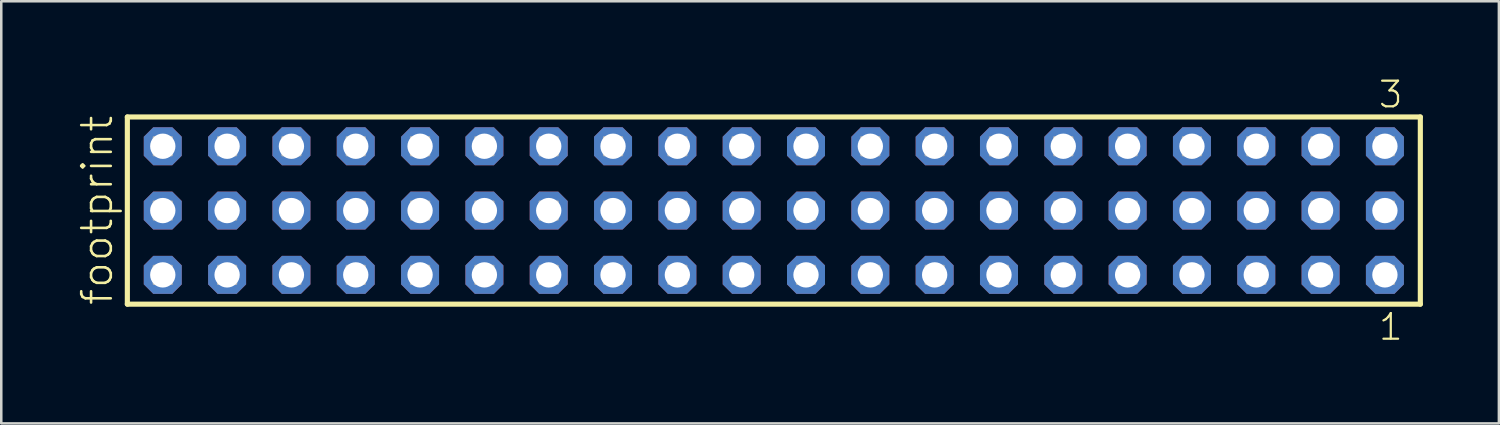
<source format=kicad_pcb>
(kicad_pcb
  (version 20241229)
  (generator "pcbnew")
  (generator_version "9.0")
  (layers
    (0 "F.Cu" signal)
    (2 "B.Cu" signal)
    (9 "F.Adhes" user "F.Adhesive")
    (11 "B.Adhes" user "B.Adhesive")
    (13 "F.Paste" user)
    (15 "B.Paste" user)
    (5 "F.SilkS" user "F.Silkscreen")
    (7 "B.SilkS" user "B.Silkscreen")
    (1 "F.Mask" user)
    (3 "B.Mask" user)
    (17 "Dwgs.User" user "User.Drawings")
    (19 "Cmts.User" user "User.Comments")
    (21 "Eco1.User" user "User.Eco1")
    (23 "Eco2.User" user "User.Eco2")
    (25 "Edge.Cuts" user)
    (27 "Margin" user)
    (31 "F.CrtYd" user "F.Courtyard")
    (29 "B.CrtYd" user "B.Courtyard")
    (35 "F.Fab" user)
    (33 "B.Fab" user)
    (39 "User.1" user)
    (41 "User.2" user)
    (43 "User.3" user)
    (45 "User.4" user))
  (footprint "footprint"
    (layer "F.Cu")
    (at 27.508 5.265)
    (property "Reference" "footprint" (at -26.035 3.81 90) (layer "F.SilkS") (effects (font (size 1.168 1.168) (thickness 0.102)) (justify left bottom)))
    (fp_line (start -25.529 -3.695) (end 25.529 -3.695) (stroke (width 0.203) (type solid)) (layer "F.SilkS"))
    (fp_line (start -25.529 3.695) (end -25.529 -3.695) (stroke (width 0.203) (type solid)) (layer "F.SilkS"))
    (fp_line (start 25.529 -3.695) (end 25.529 3.695) (stroke (width 0.203) (type solid)) (layer "F.SilkS"))
    (fp_line (start 25.529 3.695) (end -25.529 3.695) (stroke (width 0.203) (type solid)) (layer "F.SilkS"))
    (fp_poly (pts (xy -24.48 -2.19) (xy -23.78 -2.19) (xy -23.78 -2.89) (xy -24.48 -2.89)) (stroke (width 0.1) (type solid)) (fill no) (layer "F.Fab"))
    (fp_poly (pts (xy -24.48 0.35) (xy -23.78 0.35) (xy -23.78 -0.35) (xy -24.48 -0.35)) (stroke (width 0.1) (type solid)) (fill no) (layer "F.Fab"))
    (fp_poly (pts (xy -24.48 2.89) (xy -23.78 2.89) (xy -23.78 2.19) (xy -24.48 2.19)) (stroke (width 0.1) (type solid)) (fill no) (layer "F.Fab"))
    (fp_poly (pts (xy -21.94 -2.19) (xy -21.24 -2.19) (xy -21.24 -2.89) (xy -21.94 -2.89)) (stroke (width 0.1) (type solid)) (fill no) (layer "F.Fab"))
    (fp_poly (pts (xy -21.94 0.35) (xy -21.24 0.35) (xy -21.24 -0.35) (xy -21.94 -0.35)) (stroke (width 0.1) (type solid)) (fill no) (layer "F.Fab"))
    (fp_poly (pts (xy -21.94 2.89) (xy -21.24 2.89) (xy -21.24 2.19) (xy -21.94 2.19)) (stroke (width 0.1) (type solid)) (fill no) (layer "F.Fab"))
    (fp_poly (pts (xy -19.4 -2.19) (xy -18.7 -2.19) (xy -18.7 -2.89) (xy -19.4 -2.89)) (stroke (width 0.1) (type solid)) (fill no) (layer "F.Fab"))
    (fp_poly (pts (xy -19.4 0.35) (xy -18.7 0.35) (xy -18.7 -0.35) (xy -19.4 -0.35)) (stroke (width 0.1) (type solid)) (fill no) (layer "F.Fab"))
    (fp_poly (pts (xy -19.4 2.89) (xy -18.7 2.89) (xy -18.7 2.19) (xy -19.4 2.19)) (stroke (width 0.1) (type solid)) (fill no) (layer "F.Fab"))
    (fp_poly (pts (xy -16.86 -2.19) (xy -16.16 -2.19) (xy -16.16 -2.89) (xy -16.86 -2.89)) (stroke (width 0.1) (type solid)) (fill no) (layer "F.Fab"))
    (fp_poly (pts (xy -16.86 0.35) (xy -16.16 0.35) (xy -16.16 -0.35) (xy -16.86 -0.35)) (stroke (width 0.1) (type solid)) (fill no) (layer "F.Fab"))
    (fp_poly (pts (xy -16.86 2.89) (xy -16.16 2.89) (xy -16.16 2.19) (xy -16.86 2.19)) (stroke (width 0.1) (type solid)) (fill no) (layer "F.Fab"))
    (fp_poly (pts (xy -14.32 -2.19) (xy -13.62 -2.19) (xy -13.62 -2.89) (xy -14.32 -2.89)) (stroke (width 0.1) (type solid)) (fill no) (layer "F.Fab"))
    (fp_poly (pts (xy -14.32 0.35) (xy -13.62 0.35) (xy -13.62 -0.35) (xy -14.32 -0.35)) (stroke (width 0.1) (type solid)) (fill no) (layer "F.Fab"))
    (fp_poly (pts (xy -14.32 2.89) (xy -13.62 2.89) (xy -13.62 2.19) (xy -14.32 2.19)) (stroke (width 0.1) (type solid)) (fill no) (layer "F.Fab"))
    (fp_poly (pts (xy -11.78 -2.19) (xy -11.08 -2.19) (xy -11.08 -2.89) (xy -11.78 -2.89)) (stroke (width 0.1) (type solid)) (fill no) (layer "F.Fab"))
    (fp_poly (pts (xy -11.78 0.35) (xy -11.08 0.35) (xy -11.08 -0.35) (xy -11.78 -0.35)) (stroke (width 0.1) (type solid)) (fill no) (layer "F.Fab"))
    (fp_poly (pts (xy -11.78 2.89) (xy -11.08 2.89) (xy -11.08 2.19) (xy -11.78 2.19)) (stroke (width 0.1) (type solid)) (fill no) (layer "F.Fab"))
    (fp_poly (pts (xy -9.24 -2.19) (xy -8.54 -2.19) (xy -8.54 -2.89) (xy -9.24 -2.89)) (stroke (width 0.1) (type solid)) (fill no) (layer "F.Fab"))
    (fp_poly (pts (xy -9.24 0.35) (xy -8.54 0.35) (xy -8.54 -0.35) (xy -9.24 -0.35)) (stroke (width 0.1) (type solid)) (fill no) (layer "F.Fab"))
    (fp_poly (pts (xy -9.24 2.89) (xy -8.54 2.89) (xy -8.54 2.19) (xy -9.24 2.19)) (stroke (width 0.1) (type solid)) (fill no) (layer "F.Fab"))
    (fp_poly (pts (xy -6.7 -2.19) (xy -6 -2.19) (xy -6 -2.89) (xy -6.7 -2.89)) (stroke (width 0.1) (type solid)) (fill no) (layer "F.Fab"))
    (fp_poly (pts (xy -6.7 0.35) (xy -6 0.35) (xy -6 -0.35) (xy -6.7 -0.35)) (stroke (width 0.1) (type solid)) (fill no) (layer "F.Fab"))
    (fp_poly (pts (xy -6.7 2.89) (xy -6 2.89) (xy -6 2.19) (xy -6.7 2.19)) (stroke (width 0.1) (type solid)) (fill no) (layer "F.Fab"))
    (fp_poly (pts (xy -4.16 -2.19) (xy -3.46 -2.19) (xy -3.46 -2.89) (xy -4.16 -2.89)) (stroke (width 0.1) (type solid)) (fill no) (layer "F.Fab"))
    (fp_poly (pts (xy -4.16 0.35) (xy -3.46 0.35) (xy -3.46 -0.35) (xy -4.16 -0.35)) (stroke (width 0.1) (type solid)) (fill no) (layer "F.Fab"))
    (fp_poly (pts (xy -4.16 2.89) (xy -3.46 2.89) (xy -3.46 2.19) (xy -4.16 2.19)) (stroke (width 0.1) (type solid)) (fill no) (layer "F.Fab"))
    (fp_poly (pts (xy -1.62 -2.19) (xy -0.92 -2.19) (xy -0.92 -2.89) (xy -1.62 -2.89)) (stroke (width 0.1) (type solid)) (fill no) (layer "F.Fab"))
    (fp_poly (pts (xy -1.62 0.35) (xy -0.92 0.35) (xy -0.92 -0.35) (xy -1.62 -0.35)) (stroke (width 0.1) (type solid)) (fill no) (layer "F.Fab"))
    (fp_poly (pts (xy -1.62 2.89) (xy -0.92 2.89) (xy -0.92 2.19) (xy -1.62 2.19)) (stroke (width 0.1) (type solid)) (fill no) (layer "F.Fab"))
    (fp_poly (pts (xy 0.92 -2.19) (xy 1.62 -2.19) (xy 1.62 -2.89) (xy 0.92 -2.89)) (stroke (width 0.1) (type solid)) (fill no) (layer "F.Fab"))
    (fp_poly (pts (xy 0.92 0.35) (xy 1.62 0.35) (xy 1.62 -0.35) (xy 0.92 -0.35)) (stroke (width 0.1) (type solid)) (fill no) (layer "F.Fab"))
    (fp_poly (pts (xy 0.92 2.89) (xy 1.62 2.89) (xy 1.62 2.19) (xy 0.92 2.19)) (stroke (width 0.1) (type solid)) (fill no) (layer "F.Fab"))
    (fp_poly (pts (xy 3.46 -2.19) (xy 4.16 -2.19) (xy 4.16 -2.89) (xy 3.46 -2.89)) (stroke (width 0.1) (type solid)) (fill no) (layer "F.Fab"))
    (fp_poly (pts (xy 3.46 0.35) (xy 4.16 0.35) (xy 4.16 -0.35) (xy 3.46 -0.35)) (stroke (width 0.1) (type solid)) (fill no) (layer "F.Fab"))
    (fp_poly (pts (xy 3.46 2.89) (xy 4.16 2.89) (xy 4.16 2.19) (xy 3.46 2.19)) (stroke (width 0.1) (type solid)) (fill no) (layer "F.Fab"))
    (fp_poly (pts (xy 6 -2.19) (xy 6.7 -2.19) (xy 6.7 -2.89) (xy 6 -2.89)) (stroke (width 0.1) (type solid)) (fill no) (layer "F.Fab"))
    (fp_poly (pts (xy 6 0.35) (xy 6.7 0.35) (xy 6.7 -0.35) (xy 6 -0.35)) (stroke (width 0.1) (type solid)) (fill no) (layer "F.Fab"))
    (fp_poly (pts (xy 6 2.89) (xy 6.7 2.89) (xy 6.7 2.19) (xy 6 2.19)) (stroke (width 0.1) (type solid)) (fill no) (layer "F.Fab"))
    (fp_poly (pts (xy 8.54 -2.19) (xy 9.24 -2.19) (xy 9.24 -2.89) (xy 8.54 -2.89)) (stroke (width 0.1) (type solid)) (fill no) (layer "F.Fab"))
    (fp_poly (pts (xy 8.54 0.35) (xy 9.24 0.35) (xy 9.24 -0.35) (xy 8.54 -0.35)) (stroke (width 0.1) (type solid)) (fill no) (layer "F.Fab"))
    (fp_poly (pts (xy 8.54 2.89) (xy 9.24 2.89) (xy 9.24 2.19) (xy 8.54 2.19)) (stroke (width 0.1) (type solid)) (fill no) (layer "F.Fab"))
    (fp_poly (pts (xy 11.08 -2.19) (xy 11.78 -2.19) (xy 11.78 -2.89) (xy 11.08 -2.89)) (stroke (width 0.1) (type solid)) (fill no) (layer "F.Fab"))
    (fp_poly (pts (xy 11.08 0.35) (xy 11.78 0.35) (xy 11.78 -0.35) (xy 11.08 -0.35)) (stroke (width 0.1) (type solid)) (fill no) (layer "F.Fab"))
    (fp_poly (pts (xy 11.08 2.89) (xy 11.78 2.89) (xy 11.78 2.19) (xy 11.08 2.19)) (stroke (width 0.1) (type solid)) (fill no) (layer "F.Fab"))
    (fp_poly (pts (xy 13.62 -2.19) (xy 14.32 -2.19) (xy 14.32 -2.89) (xy 13.62 -2.89)) (stroke (width 0.1) (type solid)) (fill no) (layer "F.Fab"))
    (fp_poly (pts (xy 13.62 0.35) (xy 14.32 0.35) (xy 14.32 -0.35) (xy 13.62 -0.35)) (stroke (width 0.1) (type solid)) (fill no) (layer "F.Fab"))
    (fp_poly (pts (xy 13.62 2.89) (xy 14.32 2.89) (xy 14.32 2.19) (xy 13.62 2.19)) (stroke (width 0.1) (type solid)) (fill no) (layer "F.Fab"))
    (fp_poly (pts (xy 16.16 -2.19) (xy 16.86 -2.19) (xy 16.86 -2.89) (xy 16.16 -2.89)) (stroke (width 0.1) (type solid)) (fill no) (layer "F.Fab"))
    (fp_poly (pts (xy 16.16 0.35) (xy 16.86 0.35) (xy 16.86 -0.35) (xy 16.16 -0.35)) (stroke (width 0.1) (type solid)) (fill no) (layer "F.Fab"))
    (fp_poly (pts (xy 16.16 2.89) (xy 16.86 2.89) (xy 16.86 2.19) (xy 16.16 2.19)) (stroke (width 0.1) (type solid)) (fill no) (layer "F.Fab"))
    (fp_poly (pts (xy 18.7 -2.19) (xy 19.4 -2.19) (xy 19.4 -2.89) (xy 18.7 -2.89)) (stroke (width 0.1) (type solid)) (fill no) (layer "F.Fab"))
    (fp_poly (pts (xy 18.7 0.35) (xy 19.4 0.35) (xy 19.4 -0.35) (xy 18.7 -0.35)) (stroke (width 0.1) (type solid)) (fill no) (layer "F.Fab"))
    (fp_poly (pts (xy 18.7 2.89) (xy 19.4 2.89) (xy 19.4 2.19) (xy 18.7 2.19)) (stroke (width 0.1) (type solid)) (fill no) (layer "F.Fab"))
    (fp_poly (pts (xy 21.24 -2.19) (xy 21.94 -2.19) (xy 21.94 -2.89) (xy 21.24 -2.89)) (stroke (width 0.1) (type solid)) (fill no) (layer "F.Fab"))
    (fp_poly (pts (xy 21.24 0.35) (xy 21.94 0.35) (xy 21.94 -0.35) (xy 21.24 -0.35)) (stroke (width 0.1) (type solid)) (fill no) (layer "F.Fab"))
    (fp_poly (pts (xy 21.24 2.89) (xy 21.94 2.89) (xy 21.94 2.19) (xy 21.24 2.19)) (stroke (width 0.1) (type solid)) (fill no) (layer "F.Fab"))
    (fp_poly (pts (xy 23.78 -2.19) (xy 24.48 -2.19) (xy 24.48 -2.89) (xy 23.78 -2.89)) (stroke (width 0.1) (type solid)) (fill no) (layer "F.Fab"))
    (fp_poly (pts (xy 23.78 0.35) (xy 24.48 0.35) (xy 24.48 -0.35) (xy 23.78 -0.35)) (stroke (width 0.1) (type solid)) (fill no) (layer "F.Fab"))
    (fp_poly (pts (xy 23.78 2.89) (xy 24.48 2.89) (xy 24.48 2.19) (xy 23.78 2.19)) (stroke (width 0.1) (type solid)) (fill no) (layer "F.Fab"))
    (fp_text user "1" (at 23.822 5.188 0) (layer "F.SilkS") (effects (font (size 1.012 1.012) (thickness 0.088)) (justify left bottom)))
    (fp_text user "3" (at 23.818 -3.989 0) (layer "F.SilkS") (effects (font (size 1.012 1.012) (thickness 0.088)) (justify left bottom)))
    (pad "1" thru_hole roundrect (at 24.13 2.54 180) (size 1.5 1.5) (drill 1) (layers "*.Cu" "*.Mask") (roundrect_rratio 0.25) (chamfer_ratio 0.25) (chamfer top_left top_right bottom_left bottom_right))
    (pad "2" thru_hole roundrect (at 24.13 0 180) (size 1.5 1.5) (drill 1) (layers "*.Cu" "*.Mask") (roundrect_rratio 0.25) (chamfer_ratio 0.25) (chamfer top_left top_right bottom_left bottom_right))
    (pad "3" thru_hole roundrect (at 24.13 -2.54 180) (size 1.5 1.5) (drill 1) (layers "*.Cu" "*.Mask") (roundrect_rratio 0.25) (chamfer_ratio 0.25) (chamfer top_left top_right bottom_left bottom_right))
    (pad "4" thru_hole roundrect (at 21.59 2.54 180) (size 1.5 1.5) (drill 1) (layers "*.Cu" "*.Mask") (roundrect_rratio 0.25) (chamfer_ratio 0.25) (chamfer top_left top_right bottom_left bottom_right))
    (pad "5" thru_hole roundrect (at 21.59 0 180) (size 1.5 1.5) (drill 1) (layers "*.Cu" "*.Mask") (roundrect_rratio 0.25) (chamfer_ratio 0.25) (chamfer top_left top_right bottom_left bottom_right))
    (pad "6" thru_hole roundrect (at 21.59 -2.54 180) (size 1.5 1.5) (drill 1) (layers "*.Cu" "*.Mask") (roundrect_rratio 0.25) (chamfer_ratio 0.25) (chamfer top_left top_right bottom_left bottom_right))
    (pad "7" thru_hole roundrect (at 19.05 2.54 180) (size 1.5 1.5) (drill 1) (layers "*.Cu" "*.Mask") (roundrect_rratio 0.25) (chamfer_ratio 0.25) (chamfer top_left top_right bottom_left bottom_right))
    (pad "8" thru_hole roundrect (at 19.05 0 180) (size 1.5 1.5) (drill 1) (layers "*.Cu" "*.Mask") (roundrect_rratio 0.25) (chamfer_ratio 0.25) (chamfer top_left top_right bottom_left bottom_right))
    (pad "9" thru_hole roundrect (at 19.05 -2.54 180) (size 1.5 1.5) (drill 1) (layers "*.Cu" "*.Mask") (roundrect_rratio 0.25) (chamfer_ratio 0.25) (chamfer top_left top_right bottom_left bottom_right))
    (pad "10" thru_hole roundrect (at 16.51 2.54 180) (size 1.5 1.5) (drill 1) (layers "*.Cu" "*.Mask") (roundrect_rratio 0.25) (chamfer_ratio 0.25) (chamfer top_left top_right bottom_left bottom_right))
    (pad "11" thru_hole roundrect (at 16.51 0 180) (size 1.5 1.5) (drill 1) (layers "*.Cu" "*.Mask") (roundrect_rratio 0.25) (chamfer_ratio 0.25) (chamfer top_left top_right bottom_left bottom_right))
    (pad "12" thru_hole roundrect (at 16.51 -2.54 180) (size 1.5 1.5) (drill 1) (layers "*.Cu" "*.Mask") (roundrect_rratio 0.25) (chamfer_ratio 0.25) (chamfer top_left top_right bottom_left bottom_right))
    (pad "13" thru_hole roundrect (at 13.97 2.54 180) (size 1.5 1.5) (drill 1) (layers "*.Cu" "*.Mask") (roundrect_rratio 0.25) (chamfer_ratio 0.25) (chamfer top_left top_right bottom_left bottom_right))
    (pad "14" thru_hole roundrect (at 13.97 0 180) (size 1.5 1.5) (drill 1) (layers "*.Cu" "*.Mask") (roundrect_rratio 0.25) (chamfer_ratio 0.25) (chamfer top_left top_right bottom_left bottom_right))
    (pad "15" thru_hole roundrect (at 13.97 -2.54 180) (size 1.5 1.5) (drill 1) (layers "*.Cu" "*.Mask") (roundrect_rratio 0.25) (chamfer_ratio 0.25) (chamfer top_left top_right bottom_left bottom_right))
    (pad "16" thru_hole roundrect (at 11.43 2.54 180) (size 1.5 1.5) (drill 1) (layers "*.Cu" "*.Mask") (roundrect_rratio 0.25) (chamfer_ratio 0.25) (chamfer top_left top_right bottom_left bottom_right))
    (pad "17" thru_hole roundrect (at 11.43 0 180) (size 1.5 1.5) (drill 1) (layers "*.Cu" "*.Mask") (roundrect_rratio 0.25) (chamfer_ratio 0.25) (chamfer top_left top_right bottom_left bottom_right))
    (pad "18" thru_hole roundrect (at 11.43 -2.54 180) (size 1.5 1.5) (drill 1) (layers "*.Cu" "*.Mask") (roundrect_rratio 0.25) (chamfer_ratio 0.25) (chamfer top_left top_right bottom_left bottom_right))
    (pad "19" thru_hole roundrect (at 8.89 2.54 180) (size 1.5 1.5) (drill 1) (layers "*.Cu" "*.Mask") (roundrect_rratio 0.25) (chamfer_ratio 0.25) (chamfer top_left top_right bottom_left bottom_right))
    (pad "20" thru_hole roundrect (at 8.89 0 180) (size 1.5 1.5) (drill 1) (layers "*.Cu" "*.Mask") (roundrect_rratio 0.25) (chamfer_ratio 0.25) (chamfer top_left top_right bottom_left bottom_right))
    (pad "21" thru_hole roundrect (at 8.89 -2.54 180) (size 1.5 1.5) (drill 1) (layers "*.Cu" "*.Mask") (roundrect_rratio 0.25) (chamfer_ratio 0.25) (chamfer top_left top_right bottom_left bottom_right))
    (pad "22" thru_hole roundrect (at 6.35 2.54 180) (size 1.5 1.5) (drill 1) (layers "*.Cu" "*.Mask") (roundrect_rratio 0.25) (chamfer_ratio 0.25) (chamfer top_left top_right bottom_left bottom_right))
    (pad "23" thru_hole roundrect (at 6.35 0 180) (size 1.5 1.5) (drill 1) (layers "*.Cu" "*.Mask") (roundrect_rratio 0.25) (chamfer_ratio 0.25) (chamfer top_left top_right bottom_left bottom_right))
    (pad "24" thru_hole roundrect (at 6.35 -2.54 180) (size 1.5 1.5) (drill 1) (layers "*.Cu" "*.Mask") (roundrect_rratio 0.25) (chamfer_ratio 0.25) (chamfer top_left top_right bottom_left bottom_right))
    (pad "25" thru_hole roundrect (at 3.81 2.54 180) (size 1.5 1.5) (drill 1) (layers "*.Cu" "*.Mask") (roundrect_rratio 0.25) (chamfer_ratio 0.25) (chamfer top_left top_right bottom_left bottom_right))
    (pad "26" thru_hole roundrect (at 3.81 0 180) (size 1.5 1.5) (drill 1) (layers "*.Cu" "*.Mask") (roundrect_rratio 0.25) (chamfer_ratio 0.25) (chamfer top_left top_right bottom_left bottom_right))
    (pad "27" thru_hole roundrect (at 3.81 -2.54 180) (size 1.5 1.5) (drill 1) (layers "*.Cu" "*.Mask") (roundrect_rratio 0.25) (chamfer_ratio 0.25) (chamfer top_left top_right bottom_left bottom_right))
    (pad "28" thru_hole roundrect (at 1.27 2.54 180) (size 1.5 1.5) (drill 1) (layers "*.Cu" "*.Mask") (roundrect_rratio 0.25) (chamfer_ratio 0.25) (chamfer top_left top_right bottom_left bottom_right))
    (pad "29" thru_hole roundrect (at 1.27 0 180) (size 1.5 1.5) (drill 1) (layers "*.Cu" "*.Mask") (roundrect_rratio 0.25) (chamfer_ratio 0.25) (chamfer top_left top_right bottom_left bottom_right))
    (pad "30" thru_hole roundrect (at 1.27 -2.54 180) (size 1.5 1.5) (drill 1) (layers "*.Cu" "*.Mask") (roundrect_rratio 0.25) (chamfer_ratio 0.25) (chamfer top_left top_right bottom_left bottom_right))
    (pad "31" thru_hole roundrect (at -1.27 2.54 180) (size 1.5 1.5) (drill 1) (layers "*.Cu" "*.Mask") (roundrect_rratio 0.25) (chamfer_ratio 0.25) (chamfer top_left top_right bottom_left bottom_right))
    (pad "32" thru_hole roundrect (at -1.27 0 180) (size 1.5 1.5) (drill 1) (layers "*.Cu" "*.Mask") (roundrect_rratio 0.25) (chamfer_ratio 0.25) (chamfer top_left top_right bottom_left bottom_right))
    (pad "33" thru_hole roundrect (at -1.27 -2.54 180) (size 1.5 1.5) (drill 1) (layers "*.Cu" "*.Mask") (roundrect_rratio 0.25) (chamfer_ratio 0.25) (chamfer top_left top_right bottom_left bottom_right))
    (pad "34" thru_hole roundrect (at -3.81 2.54 180) (size 1.5 1.5) (drill 1) (layers "*.Cu" "*.Mask") (roundrect_rratio 0.25) (chamfer_ratio 0.25) (chamfer top_left top_right bottom_left bottom_right))
    (pad "35" thru_hole roundrect (at -3.81 0 180) (size 1.5 1.5) (drill 1) (layers "*.Cu" "*.Mask") (roundrect_rratio 0.25) (chamfer_ratio 0.25) (chamfer top_left top_right bottom_left bottom_right))
    (pad "36" thru_hole roundrect (at -3.81 -2.54 180) (size 1.5 1.5) (drill 1) (layers "*.Cu" "*.Mask") (roundrect_rratio 0.25) (chamfer_ratio 0.25) (chamfer top_left top_right bottom_left bottom_right))
    (pad "37" thru_hole roundrect (at -6.35 2.54 180) (size 1.5 1.5) (drill 1) (layers "*.Cu" "*.Mask") (roundrect_rratio 0.25) (chamfer_ratio 0.25) (chamfer top_left top_right bottom_left bottom_right))
    (pad "38" thru_hole roundrect (at -6.35 0 180) (size 1.5 1.5) (drill 1) (layers "*.Cu" "*.Mask") (roundrect_rratio 0.25) (chamfer_ratio 0.25) (chamfer top_left top_right bottom_left bottom_right))
    (pad "39" thru_hole roundrect (at -6.35 -2.54 180) (size 1.5 1.5) (drill 1) (layers "*.Cu" "*.Mask") (roundrect_rratio 0.25) (chamfer_ratio 0.25) (chamfer top_left top_right bottom_left bottom_right))
    (pad "40" thru_hole roundrect (at -8.89 2.54 180) (size 1.5 1.5) (drill 1) (layers "*.Cu" "*.Mask") (roundrect_rratio 0.25) (chamfer_ratio 0.25) (chamfer top_left top_right bottom_left bottom_right))
    (pad "41" thru_hole roundrect (at -8.89 0 180) (size 1.5 1.5) (drill 1) (layers "*.Cu" "*.Mask") (roundrect_rratio 0.25) (chamfer_ratio 0.25) (chamfer top_left top_right bottom_left bottom_right))
    (pad "42" thru_hole roundrect (at -8.89 -2.54 180) (size 1.5 1.5) (drill 1) (layers "*.Cu" "*.Mask") (roundrect_rratio 0.25) (chamfer_ratio 0.25) (chamfer top_left top_right bottom_left bottom_right))
    (pad "43" thru_hole roundrect (at -11.43 2.54 180) (size 1.5 1.5) (drill 1) (layers "*.Cu" "*.Mask") (roundrect_rratio 0.25) (chamfer_ratio 0.25) (chamfer top_left top_right bottom_left bottom_right))
    (pad "44" thru_hole roundrect (at -11.43 0 180) (size 1.5 1.5) (drill 1) (layers "*.Cu" "*.Mask") (roundrect_rratio 0.25) (chamfer_ratio 0.25) (chamfer top_left top_right bottom_left bottom_right))
    (pad "45" thru_hole roundrect (at -11.43 -2.54 180) (size 1.5 1.5) (drill 1) (layers "*.Cu" "*.Mask") (roundrect_rratio 0.25) (chamfer_ratio 0.25) (chamfer top_left top_right bottom_left bottom_right))
    (pad "46" thru_hole roundrect (at -13.97 2.54 180) (size 1.5 1.5) (drill 1) (layers "*.Cu" "*.Mask") (roundrect_rratio 0.25) (chamfer_ratio 0.25) (chamfer top_left top_right bottom_left bottom_right))
    (pad "47" thru_hole roundrect (at -13.97 0 180) (size 1.5 1.5) (drill 1) (layers "*.Cu" "*.Mask") (roundrect_rratio 0.25) (chamfer_ratio 0.25) (chamfer top_left top_right bottom_left bottom_right))
    (pad "48" thru_hole roundrect (at -13.97 -2.54 180) (size 1.5 1.5) (drill 1) (layers "*.Cu" "*.Mask") (roundrect_rratio 0.25) (chamfer_ratio 0.25) (chamfer top_left top_right bottom_left bottom_right))
    (pad "49" thru_hole roundrect (at -16.51 2.54 180) (size 1.5 1.5) (drill 1) (layers "*.Cu" "*.Mask") (roundrect_rratio 0.25) (chamfer_ratio 0.25) (chamfer top_left top_right bottom_left bottom_right))
    (pad "50" thru_hole roundrect (at -16.51 0 180) (size 1.5 1.5) (drill 1) (layers "*.Cu" "*.Mask") (roundrect_rratio 0.25) (chamfer_ratio 0.25) (chamfer top_left top_right bottom_left bottom_right))
    (pad "51" thru_hole roundrect (at -16.51 -2.54 180) (size 1.5 1.5) (drill 1) (layers "*.Cu" "*.Mask") (roundrect_rratio 0.25) (chamfer_ratio 0.25) (chamfer top_left top_right bottom_left bottom_right))
    (pad "52" thru_hole roundrect (at -19.05 2.54 180) (size 1.5 1.5) (drill 1) (layers "*.Cu" "*.Mask") (roundrect_rratio 0.25) (chamfer_ratio 0.25) (chamfer top_left top_right bottom_left bottom_right))
    (pad "53" thru_hole roundrect (at -19.05 0 180) (size 1.5 1.5) (drill 1) (layers "*.Cu" "*.Mask") (roundrect_rratio 0.25) (chamfer_ratio 0.25) (chamfer top_left top_right bottom_left bottom_right))
    (pad "54" thru_hole roundrect (at -19.05 -2.54 180) (size 1.5 1.5) (drill 1) (layers "*.Cu" "*.Mask") (roundrect_rratio 0.25) (chamfer_ratio 0.25) (chamfer top_left top_right bottom_left bottom_right))
    (pad "55" thru_hole roundrect (at -21.59 2.54 180) (size 1.5 1.5) (drill 1) (layers "*.Cu" "*.Mask") (roundrect_rratio 0.25) (chamfer_ratio 0.25) (chamfer top_left top_right bottom_left bottom_right))
    (pad "56" thru_hole roundrect (at -21.59 0 180) (size 1.5 1.5) (drill 1) (layers "*.Cu" "*.Mask") (roundrect_rratio 0.25) (chamfer_ratio 0.25) (chamfer top_left top_right bottom_left bottom_right))
    (pad "57" thru_hole roundrect (at -21.59 -2.54 180) (size 1.5 1.5) (drill 1) (layers "*.Cu" "*.Mask") (roundrect_rratio 0.25) (chamfer_ratio 0.25) (chamfer top_left top_right bottom_left bottom_right))
    (pad "58" thru_hole roundrect (at -24.13 2.54 180) (size 1.5 1.5) (drill 1) (layers "*.Cu" "*.Mask") (roundrect_rratio 0.25) (chamfer_ratio 0.25) (chamfer top_left top_right bottom_left bottom_right))
    (pad "59" thru_hole roundrect (at -24.13 0 180) (size 1.5 1.5) (drill 1) (layers "*.Cu" "*.Mask") (roundrect_rratio 0.25) (chamfer_ratio 0.25) (chamfer top_left top_right bottom_left bottom_right))
    (pad "60" thru_hole roundrect (at -24.13 -2.54 180) (size 1.5 1.5) (drill 1) (layers "*.Cu" "*.Mask") (roundrect_rratio 0.25) (chamfer_ratio 0.25) (chamfer top_left top_right bottom_left bottom_right)))
  (gr_rect
    (start -3 -3)
    (end 56.139 13.67)
    (stroke (width 0.1) (type default))
    (fill no)
    (layer "Edge.Cuts")))
</source>
